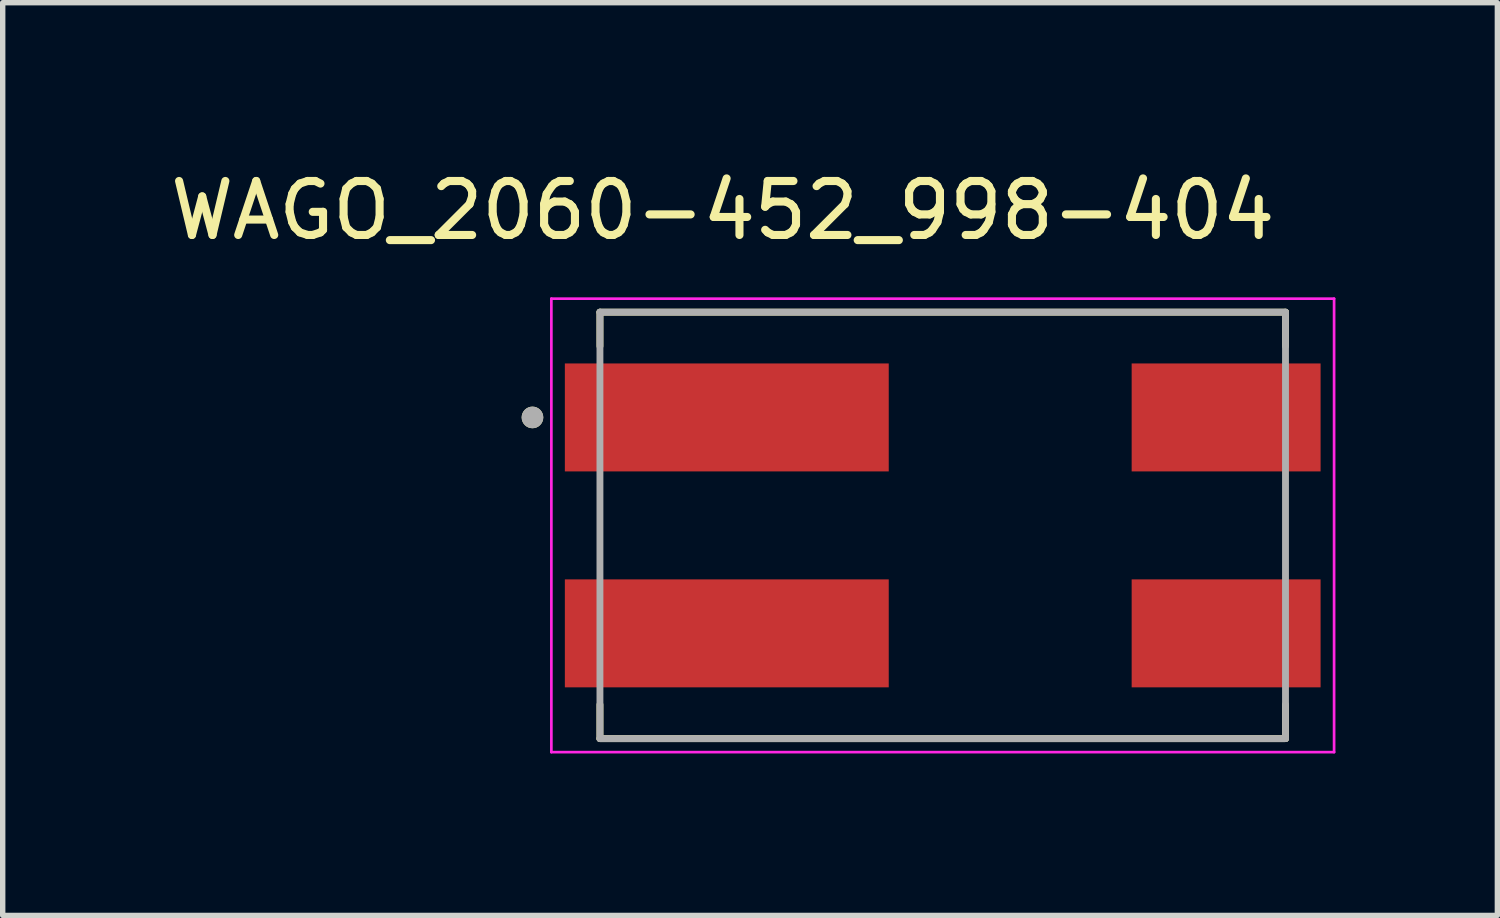
<source format=kicad_pcb>
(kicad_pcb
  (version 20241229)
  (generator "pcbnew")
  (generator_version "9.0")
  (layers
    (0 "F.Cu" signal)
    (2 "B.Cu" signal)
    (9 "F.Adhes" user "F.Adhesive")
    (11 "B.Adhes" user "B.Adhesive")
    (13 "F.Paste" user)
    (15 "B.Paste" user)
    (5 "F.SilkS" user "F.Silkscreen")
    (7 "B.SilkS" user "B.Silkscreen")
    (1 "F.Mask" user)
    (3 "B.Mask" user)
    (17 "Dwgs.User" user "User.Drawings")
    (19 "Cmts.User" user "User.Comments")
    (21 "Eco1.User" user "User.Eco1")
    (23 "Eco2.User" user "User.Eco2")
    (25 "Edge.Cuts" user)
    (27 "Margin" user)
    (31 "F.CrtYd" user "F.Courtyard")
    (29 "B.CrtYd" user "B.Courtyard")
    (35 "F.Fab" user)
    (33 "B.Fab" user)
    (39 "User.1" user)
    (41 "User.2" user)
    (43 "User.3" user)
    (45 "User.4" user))
  (footprint "WAGO_2060-452_998-404"
    (layer "F.Cu")
    (at 14.414 6.683)
    (property "Reference" "WAGO_2060-452_998-404" (at -4.075 -5.835 0) (layer "F.SilkS") (effects (font (size 1 1) (thickness 0.15))))
    (attr smd)
    (fp_line (start -6.35 -3.95) (end -6.35 -3.32) (stroke (width 0.127) (type solid)) (layer "F.SilkS"))
    (fp_line (start -6.35 3.95) (end -6.35 3.32) (stroke (width 0.127) (type solid)) (layer "F.SilkS"))
    (fp_line (start -6.35 3.95) (end 6.35 3.95) (stroke (width 0.127) (type solid)) (layer "F.SilkS"))
    (fp_line (start 6.35 -3.95) (end -6.35 -3.95) (stroke (width 0.127) (type solid)) (layer "F.SilkS"))
    (fp_line (start 6.35 -3.32) (end 6.35 -3.95) (stroke (width 0.127) (type solid)) (layer "F.SilkS"))
    (fp_line (start 6.35 3.95) (end 6.35 3.32) (stroke (width 0.127) (type solid)) (layer "F.SilkS"))
    (fp_circle (center -7.6 -2) (end -7.5 -2) (stroke (width 0.2) (type solid)) (fill no) (layer "F.SilkS"))
    (fp_line (start -7.25 -4.2) (end -7.25 4.2) (stroke (width 0.05) (type solid)) (layer "F.CrtYd"))
    (fp_line (start -7.25 4.2) (end 7.25 4.2) (stroke (width 0.05) (type solid)) (layer "F.CrtYd"))
    (fp_line (start 7.25 -4.2) (end -7.25 -4.2) (stroke (width 0.05) (type solid)) (layer "F.CrtYd"))
    (fp_line (start 7.25 4.2) (end 7.25 -4.2) (stroke (width 0.05) (type solid)) (layer "F.CrtYd"))
    (fp_line (start -6.35 -3.95) (end -6.35 3.95) (stroke (width 0.127) (type solid)) (layer "F.Fab"))
    (fp_line (start -6.35 3.95) (end 6.35 3.95) (stroke (width 0.127) (type solid)) (layer "F.Fab"))
    (fp_line (start 6.35 -3.95) (end -6.35 -3.95) (stroke (width 0.127) (type solid)) (layer "F.Fab"))
    (fp_line (start 6.35 3.95) (end 6.35 -3.95) (stroke (width 0.127) (type solid)) (layer "F.Fab"))
    (fp_circle (center -7.6 -2) (end -7.5 -2) (stroke (width 0.2) (type solid)) (fill no) (layer "F.Fab"))
    (pad "1" smd rect (at -4 -2) (size 6 2) (layers "F.Cu" "F.Mask" "F.Paste"))
    (pad "1" smd rect (at 5.25 -2) (size 3.5 2) (layers "F.Cu" "F.Mask" "F.Paste"))
    (pad "2" smd rect (at -4 2) (size 6 2) (layers "F.Cu" "F.Mask" "F.Paste"))
    (pad "2" smd rect (at 5.25 2) (size 3.5 2) (layers "F.Cu" "F.Mask" "F.Paste")))
  (gr_rect
    (start -3 -3)
    (end 24.689 13.908)
    (stroke (width 0.1) (type default))
    (fill no)
    (layer "Edge.Cuts")))
</source>
